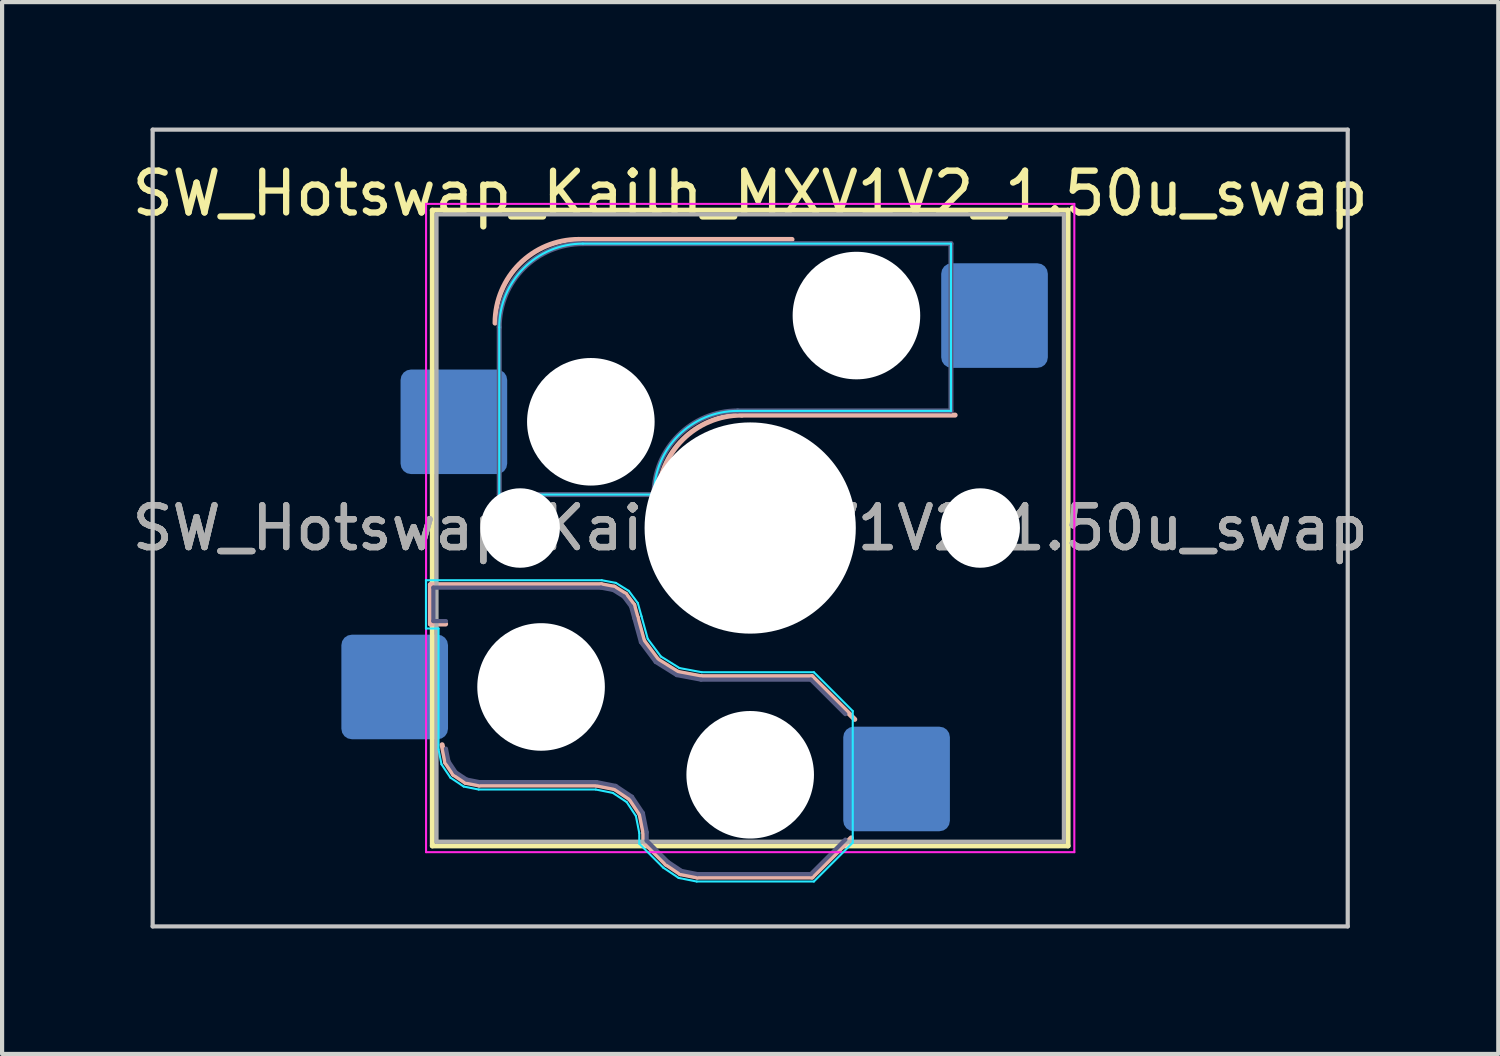
<source format=kicad_pcb>
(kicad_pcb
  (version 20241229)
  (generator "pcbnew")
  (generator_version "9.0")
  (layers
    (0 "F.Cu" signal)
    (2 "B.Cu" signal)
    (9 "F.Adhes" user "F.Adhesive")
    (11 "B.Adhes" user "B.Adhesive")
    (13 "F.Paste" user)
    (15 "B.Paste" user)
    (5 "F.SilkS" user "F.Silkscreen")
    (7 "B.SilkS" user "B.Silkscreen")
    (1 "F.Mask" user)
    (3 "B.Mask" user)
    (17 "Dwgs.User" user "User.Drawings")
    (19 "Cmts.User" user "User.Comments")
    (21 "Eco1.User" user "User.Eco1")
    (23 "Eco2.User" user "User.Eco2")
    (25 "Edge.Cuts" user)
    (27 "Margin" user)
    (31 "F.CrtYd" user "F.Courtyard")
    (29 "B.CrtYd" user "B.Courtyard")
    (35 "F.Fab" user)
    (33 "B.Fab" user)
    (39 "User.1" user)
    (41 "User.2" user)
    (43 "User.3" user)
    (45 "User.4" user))
  (footprint "SW_Hotswap_Kailh_MXV1V2_1.50u_swap"
    (layer "F.Cu")
    (at 14.887 9.575)
    (property "Reference" "SW_Hotswap_Kailh_MXV1V2_1.50u_swap" (at 0 -8 0) (layer "F.SilkS") (effects (font (size 1 1) (thickness 0.15))))
    (attr smd)
    (fp_line (start -7.6 -7.6) (end -7.6 7.6) (stroke (width 0.12) (type solid)) (layer "F.SilkS"))
    (fp_line (start -7.6 7.6) (end 7.6 7.6) (stroke (width 0.12) (type solid)) (layer "F.SilkS"))
    (fp_line (start 7.6 -7.6) (end -7.6 -7.6) (stroke (width 0.12) (type solid)) (layer "F.SilkS"))
    (fp_line (start 7.6 7.6) (end 7.6 -7.6) (stroke (width 0.12) (type solid)) (layer "F.SilkS"))
    (fp_line (start -7.646 1.354) (end -3.56 1.354) (stroke (width 0.12) (type solid)) (layer "B.SilkS"))
    (fp_line (start -7.646 2.296) (end -7.646 1.354) (stroke (width 0.12) (type solid)) (layer "B.SilkS"))
    (fp_line (start -7.283 2.296) (end -7.646 2.296) (stroke (width 0.12) (type solid)) (layer "B.SilkS"))
    (fp_line (start -7.281 5.609) (end -7.366 5.182) (stroke (width 0.12) (type solid)) (layer "B.SilkS"))
    (fp_line (start -7.092 5.892) (end -7.281 5.609) (stroke (width 0.12) (type solid)) (layer "B.SilkS"))
    (fp_line (start -6.809 6.081) (end -7.092 5.892) (stroke (width 0.12) (type solid)) (layer "B.SilkS"))
    (fp_line (start -6.482 6.146) (end -6.809 6.081) (stroke (width 0.12) (type solid)) (layer "B.SilkS"))
    (fp_line (start -4.1 -6.9) (end 1 -6.9) (stroke (width 0.12) (type solid)) (layer "B.SilkS"))
    (fp_line (start -3.682 6.146) (end -6.482 6.146) (stroke (width 0.12) (type solid)) (layer "B.SilkS"))
    (fp_line (start -3.56 1.354) (end -3.25 1.413) (stroke (width 0.12) (type solid)) (layer "B.SilkS"))
    (fp_line (start -3.25 1.413) (end -2.976 1.583) (stroke (width 0.12) (type solid)) (layer "B.SilkS"))
    (fp_line (start -3.244 6.233) (end -3.682 6.146) (stroke (width 0.12) (type solid)) (layer "B.SilkS"))
    (fp_line (start -2.976 1.583) (end -2.783 1.841) (stroke (width 0.12) (type solid)) (layer "B.SilkS"))
    (fp_line (start -2.877 6.477) (end -3.244 6.233) (stroke (width 0.12) (type solid)) (layer "B.SilkS"))
    (fp_line (start -2.783 1.841) (end -2.701 2.139) (stroke (width 0.12) (type solid)) (layer "B.SilkS"))
    (fp_line (start -2.701 2.139) (end -2.547 2.697) (stroke (width 0.12) (type solid)) (layer "B.SilkS"))
    (fp_line (start -2.633 6.844) (end -2.877 6.477) (stroke (width 0.12) (type solid)) (layer "B.SilkS"))
    (fp_line (start -2.547 2.697) (end -2.209 3.15) (stroke (width 0.12) (type solid)) (layer "B.SilkS"))
    (fp_line (start -2.546 7.282) (end -2.633 6.844) (stroke (width 0.12) (type solid)) (layer "B.SilkS"))
    (fp_line (start -2.546 7.504) (end -2.546 7.282) (stroke (width 0.12) (type solid)) (layer "B.SilkS"))
    (fp_line (start -2.209 3.15) (end -1.73 3.449) (stroke (width 0.12) (type solid)) (layer "B.SilkS"))
    (fp_line (start -2.013 8.037) (end -2.546 7.504) (stroke (width 0.12) (type solid)) (layer "B.SilkS"))
    (fp_line (start -1.73 3.449) (end -1.168 3.554) (stroke (width 0.12) (type solid)) (layer "B.SilkS"))
    (fp_line (start -1.671 8.266) (end -2.013 8.037) (stroke (width 0.12) (type solid)) (layer "B.SilkS"))
    (fp_line (start -1.268 8.346) (end -1.671 8.266) (stroke (width 0.12) (type solid)) (layer "B.SilkS"))
    (fp_line (start -1.168 3.554) (end 1.479 3.554) (stroke (width 0.12) (type solid)) (layer "B.SilkS"))
    (fp_line (start -0.2 -2.7) (end 4.9 -2.7) (stroke (width 0.12) (type solid)) (layer "B.SilkS"))
    (fp_line (start 1.479 3.554) (end 2.5 4.575) (stroke (width 0.12) (type solid)) (layer "B.SilkS"))
    (fp_line (start 1.479 8.346) (end -1.268 8.346) (stroke (width 0.12) (type solid)) (layer "B.SilkS"))
    (fp_line (start 2.416 7.409) (end 1.479 8.346) (stroke (width 0.12) (type solid)) (layer "B.SilkS"))
    (fp_arc (start -6.1 -4.9) (mid -5.514214 -6.314214) (end -4.1 -6.9) (stroke (width 0.12) (type solid)) (layer "B.SilkS"))
    (fp_arc (start -2.2 -0.7) (mid -1.614214 -2.114214) (end -0.2 -2.7) (stroke (width 0.12) (type solid)) (layer "B.SilkS"))
    (fp_line (start -14.287 -9.525) (end -14.287 9.525) (stroke (width 0.1) (type solid)) (layer "Dwgs.User"))
    (fp_line (start -14.287 9.525) (end 14.287 9.525) (stroke (width 0.1) (type solid)) (layer "Dwgs.User"))
    (fp_line (start 14.287 -9.525) (end -14.287 -9.525) (stroke (width 0.1) (type solid)) (layer "Dwgs.User"))
    (fp_line (start 14.287 9.525) (end 14.287 -9.525) (stroke (width 0.1) (type solid)) (layer "Dwgs.User"))
    (fp_line (start -7.752 1.248) (end -3.55 1.248) (stroke (width 0.05) (type solid)) (layer "B.CrtYd"))
    (fp_line (start -7.752 2.402) (end -7.752 1.248) (stroke (width 0.05) (type solid)) (layer "B.CrtYd"))
    (fp_line (start -7.452 2.402) (end -7.752 2.402) (stroke (width 0.05) (type solid)) (layer "B.CrtYd"))
    (fp_line (start -7.452 5.292) (end -7.452 2.402) (stroke (width 0.05) (type solid)) (layer "B.CrtYd"))
    (fp_line (start -7.381 5.65) (end -7.452 5.292) (stroke (width 0.05) (type solid)) (layer "B.CrtYd"))
    (fp_line (start -7.168 5.968) (end -7.381 5.65) (stroke (width 0.05) (type solid)) (layer "B.CrtYd"))
    (fp_line (start -6.85 6.181) (end -7.168 5.968) (stroke (width 0.05) (type solid)) (layer "B.CrtYd"))
    (fp_line (start -6.492 6.252) (end -6.85 6.181) (stroke (width 0.05) (type solid)) (layer "B.CrtYd"))
    (fp_line (start -6 -0.8) (end -6 -4.8) (stroke (width 0.05) (type solid)) (layer "B.CrtYd"))
    (fp_line (start -6 -0.8) (end -2.3 -0.8) (stroke (width 0.05) (type solid)) (layer "B.CrtYd"))
    (fp_line (start -4 -6.8) (end 4.8 -6.8) (stroke (width 0.05) (type solid)) (layer "B.CrtYd"))
    (fp_line (start -3.692 6.252) (end -6.492 6.252) (stroke (width 0.05) (type solid)) (layer "B.CrtYd"))
    (fp_line (start -3.55 1.248) (end -3.211 1.312) (stroke (width 0.05) (type solid)) (layer "B.CrtYd"))
    (fp_line (start -3.285 6.333) (end -3.692 6.252) (stroke (width 0.05) (type solid)) (layer "B.CrtYd"))
    (fp_line (start -3.211 1.312) (end -2.903 1.503) (stroke (width 0.05) (type solid)) (layer "B.CrtYd"))
    (fp_line (start -2.953 6.553) (end -3.285 6.333) (stroke (width 0.05) (type solid)) (layer "B.CrtYd"))
    (fp_line (start -2.903 1.503) (end -2.687 1.794) (stroke (width 0.05) (type solid)) (layer "B.CrtYd"))
    (fp_line (start -2.733 6.885) (end -2.953 6.553) (stroke (width 0.05) (type solid)) (layer "B.CrtYd"))
    (fp_line (start -2.687 1.794) (end -2.599 2.111) (stroke (width 0.05) (type solid)) (layer "B.CrtYd"))
    (fp_line (start -2.652 7.292) (end -2.733 6.885) (stroke (width 0.05) (type solid)) (layer "B.CrtYd"))
    (fp_line (start -2.652 7.548) (end -2.652 7.292) (stroke (width 0.05) (type solid)) (layer "B.CrtYd"))
    (fp_line (start -2.599 2.111) (end -2.45 2.65) (stroke (width 0.05) (type solid)) (layer "B.CrtYd"))
    (fp_line (start -2.45 2.65) (end -2.136 3.071) (stroke (width 0.05) (type solid)) (layer "B.CrtYd"))
    (fp_line (start -2.136 3.071) (end -1.691 3.348) (stroke (width 0.05) (type solid)) (layer "B.CrtYd"))
    (fp_line (start -2.081 8.119) (end -2.652 7.548) (stroke (width 0.05) (type solid)) (layer "B.CrtYd"))
    (fp_line (start -1.712 8.366) (end -2.081 8.119) (stroke (width 0.05) (type solid)) (layer "B.CrtYd"))
    (fp_line (start -1.691 3.348) (end -1.159 3.448) (stroke (width 0.05) (type solid)) (layer "B.CrtYd"))
    (fp_line (start -1.278 8.452) (end -1.712 8.366) (stroke (width 0.05) (type solid)) (layer "B.CrtYd"))
    (fp_line (start -1.159 3.448) (end 1.523 3.448) (stroke (width 0.05) (type solid)) (layer "B.CrtYd"))
    (fp_line (start -0.3 -2.8) (end 4.8 -2.8) (stroke (width 0.05) (type solid)) (layer "B.CrtYd"))
    (fp_line (start 1.523 3.448) (end 2.452 4.377) (stroke (width 0.05) (type solid)) (layer "B.CrtYd"))
    (fp_line (start 1.523 8.452) (end -1.278 8.452) (stroke (width 0.05) (type solid)) (layer "B.CrtYd"))
    (fp_line (start 2.452 4.377) (end 2.452 7.523) (stroke (width 0.05) (type solid)) (layer "B.CrtYd"))
    (fp_line (start 2.452 7.523) (end 1.523 8.452) (stroke (width 0.05) (type solid)) (layer "B.CrtYd"))
    (fp_line (start 4.8 -6.8) (end 4.8 -2.8) (stroke (width 0.05) (type solid)) (layer "B.CrtYd"))
    (fp_arc (start -6 -4.8) (mid -5.414214 -6.214214) (end -4 -6.8) (stroke (width 0.05) (type solid)) (layer "B.CrtYd"))
    (fp_arc (start -2.3 -0.8) (mid -1.714214 -2.214214) (end -0.3 -2.8) (stroke (width 0.05) (type solid)) (layer "B.CrtYd"))
    (fp_line (start -7.75 -7.75) (end -7.75 7.75) (stroke (width 0.05) (type solid)) (layer "F.CrtYd"))
    (fp_line (start -7.75 7.75) (end 7.75 7.75) (stroke (width 0.05) (type solid)) (layer "F.CrtYd"))
    (fp_line (start 7.75 -7.75) (end -7.75 -7.75) (stroke (width 0.05) (type solid)) (layer "F.CrtYd"))
    (fp_line (start 7.75 7.75) (end 7.75 -7.75) (stroke (width 0.05) (type solid)) (layer "F.CrtYd"))
    (fp_line (start -7.575 1.425) (end -3.567 1.425) (stroke (width 0.1) (type solid)) (layer "B.Fab"))
    (fp_line (start -7.575 2.225) (end -7.575 1.425) (stroke (width 0.1) (type solid)) (layer "B.Fab"))
    (fp_line (start -7.275 2.225) (end -7.575 2.225) (stroke (width 0.1) (type solid)) (layer "B.Fab"))
    (fp_line (start -7.214 5.581) (end -7.275 5.275) (stroke (width 0.1) (type solid)) (layer "B.Fab"))
    (fp_line (start -7.041 5.841) (end -7.214 5.581) (stroke (width 0.1) (type solid)) (layer "B.Fab"))
    (fp_line (start -6.781 6.014) (end -7.041 5.841) (stroke (width 0.1) (type solid)) (layer "B.Fab"))
    (fp_line (start -6.475 6.075) (end -6.781 6.014) (stroke (width 0.1) (type solid)) (layer "B.Fab"))
    (fp_line (start -6 -0.8) (end -6 -4.8) (stroke (width 0.12) (type solid)) (layer "B.Fab"))
    (fp_line (start -6 -0.8) (end -2.3 -0.8) (stroke (width 0.12) (type solid)) (layer "B.Fab"))
    (fp_line (start -4 -6.8) (end 4.8 -6.8) (stroke (width 0.12) (type solid)) (layer "B.Fab"))
    (fp_line (start -3.675 6.075) (end -6.475 6.075) (stroke (width 0.1) (type solid)) (layer "B.Fab"))
    (fp_line (start -3.567 1.425) (end -3.276 1.48) (stroke (width 0.1) (type solid)) (layer "B.Fab"))
    (fp_line (start -3.276 1.48) (end -3.025 1.636) (stroke (width 0.1) (type solid)) (layer "B.Fab"))
    (fp_line (start -3.216 6.166) (end -3.675 6.075) (stroke (width 0.1) (type solid)) (layer "B.Fab"))
    (fp_line (start -3.025 1.636) (end -2.848 1.873) (stroke (width 0.1) (type solid)) (layer "B.Fab"))
    (fp_line (start -2.848 1.873) (end -2.769 2.158) (stroke (width 0.1) (type solid)) (layer "B.Fab"))
    (fp_line (start -2.826 6.426) (end -3.216 6.166) (stroke (width 0.1) (type solid)) (layer "B.Fab"))
    (fp_line (start -2.769 2.158) (end -2.612 2.729) (stroke (width 0.1) (type solid)) (layer "B.Fab"))
    (fp_line (start -2.612 2.729) (end -2.258 3.203) (stroke (width 0.1) (type solid)) (layer "B.Fab"))
    (fp_line (start -2.566 6.816) (end -2.826 6.426) (stroke (width 0.1) (type solid)) (layer "B.Fab"))
    (fp_line (start -2.475 7.275) (end -2.566 6.816) (stroke (width 0.1) (type solid)) (layer "B.Fab"))
    (fp_line (start -2.475 7.475) (end -2.475 7.275) (stroke (width 0.1) (type solid)) (layer "B.Fab"))
    (fp_line (start -2.258 3.203) (end -1.756 3.516) (stroke (width 0.1) (type solid)) (layer "B.Fab"))
    (fp_line (start -1.968 7.982) (end -2.475 7.475) (stroke (width 0.1) (type solid)) (layer "B.Fab"))
    (fp_line (start -1.756 3.516) (end -1.175 3.625) (stroke (width 0.1) (type solid)) (layer "B.Fab"))
    (fp_line (start -1.643 8.199) (end -1.968 7.982) (stroke (width 0.1) (type solid)) (layer "B.Fab"))
    (fp_line (start -1.261 8.275) (end -1.643 8.199) (stroke (width 0.1) (type solid)) (layer "B.Fab"))
    (fp_line (start -1.175 3.625) (end 1.45 3.625) (stroke (width 0.1) (type solid)) (layer "B.Fab"))
    (fp_line (start -0.3 -2.8) (end 4.8 -2.8) (stroke (width 0.12) (type solid)) (layer "B.Fab"))
    (fp_line (start 1.45 3.625) (end 2.275 4.45) (stroke (width 0.1) (type solid)) (layer "B.Fab"))
    (fp_line (start 1.45 8.275) (end -1.261 8.275) (stroke (width 0.1) (type solid)) (layer "B.Fab"))
    (fp_line (start 2.275 7.45) (end 1.45 8.275) (stroke (width 0.1) (type solid)) (layer "B.Fab"))
    (fp_line (start 4.8 -6.8) (end 4.8 -2.8) (stroke (width 0.12) (type solid)) (layer "B.Fab"))
    (fp_arc (start -6 -4.8) (mid -5.414214 -6.214214) (end -4 -6.8) (stroke (width 0.12) (type solid)) (layer "B.Fab"))
    (fp_arc (start -2.3 -0.8) (mid -1.714214 -2.214214) (end -0.3 -2.8) (stroke (width 0.12) (type solid)) (layer "B.Fab"))
    (fp_line (start -7.5 -7.5) (end -7.5 7.5) (stroke (width 0.1) (type solid)) (layer "F.Fab"))
    (fp_line (start -7.5 7.5) (end 7.5 7.5) (stroke (width 0.1) (type solid)) (layer "F.Fab"))
    (fp_line (start 7.5 -7.5) (end -7.5 -7.5) (stroke (width 0.1) (type solid)) (layer "F.Fab"))
    (fp_line (start 7.5 7.5) (end 7.5 -7.5) (stroke (width 0.1) (type solid)) (layer "F.Fab"))
    (fp_text user "${REFERENCE}" (at 0 0 0) (layer "F.Fab") (effects (font (size 1 1) (thickness 0.15))))
    (fp_text user "${REFERENCE}" (at 0 0 180) (layer "F.Fab") (effects (font (size 1 1) (thickness 0.15))))
    (fp_text user "${REFERENCE}" (at 0 0 180) (layer "F.Fab") (effects (font (size 1 1) (thickness 0.15))))
    (pad "" np_thru_hole circle (at -5.5 0 180) (size 1.9 1.9) (drill 1.9) (layers "*.Cu" "*.Mask"))
    (pad "" np_thru_hole circle (at -5 3.8 180) (size 3.05 3.05) (drill 3.05) (layers "*.Cu" "*.Mask"))
    (pad "" np_thru_hole circle (at -3.81 -2.54) (size 3.05 3.05) (drill 3.05) (layers "*.Cu" "*.Mask"))
    (pad "" np_thru_hole circle (at 0 0 180) (size 5.05 5.05) (drill 5.05) (layers "*.Cu" "*.Mask"))
    (pad "" np_thru_hole circle (at 0 5.9 180) (size 3.05 3.05) (drill 3.05) (layers "*.Cu" "*.Mask"))
    (pad "" np_thru_hole circle (at 2.54 -5.08) (size 3.05 3.05) (drill 3.05) (layers "*.Cu" "*.Mask"))
    (pad "" np_thru_hole circle (at 5.5 0 180) (size 1.9 1.9) (drill 1.9) (layers "*.Cu" "*.Mask"))
    (pad "1" smd roundrect (at -8.5 3.8 180) (size 2.55 2.5) (layers "B.Cu" "B.Mask" "B.Paste") (roundrect_rratio 0.1))
    (pad "1" smd roundrect (at -7.085 -2.54) (size 2.55 2.5) (layers "B.Cu" "B.Mask" "B.Paste") (roundrect_rratio 0.1))
    (pad "2" smd roundrect (at 3.5 6 180) (size 2.55 2.5) (layers "B.Cu" "B.Mask" "B.Paste") (roundrect_rratio 0.1))
    (pad "2" smd roundrect (at 5.842 -5.08) (size 2.55 2.5) (layers "B.Cu" "B.Mask" "B.Paste") (roundrect_rratio 0.1)))
  (gr_rect
    (start -3 -3)
    (end 32.774 22.15)
    (stroke (width 0.1) (type default))
    (fill no)
    (layer "Edge.Cuts")))
</source>
